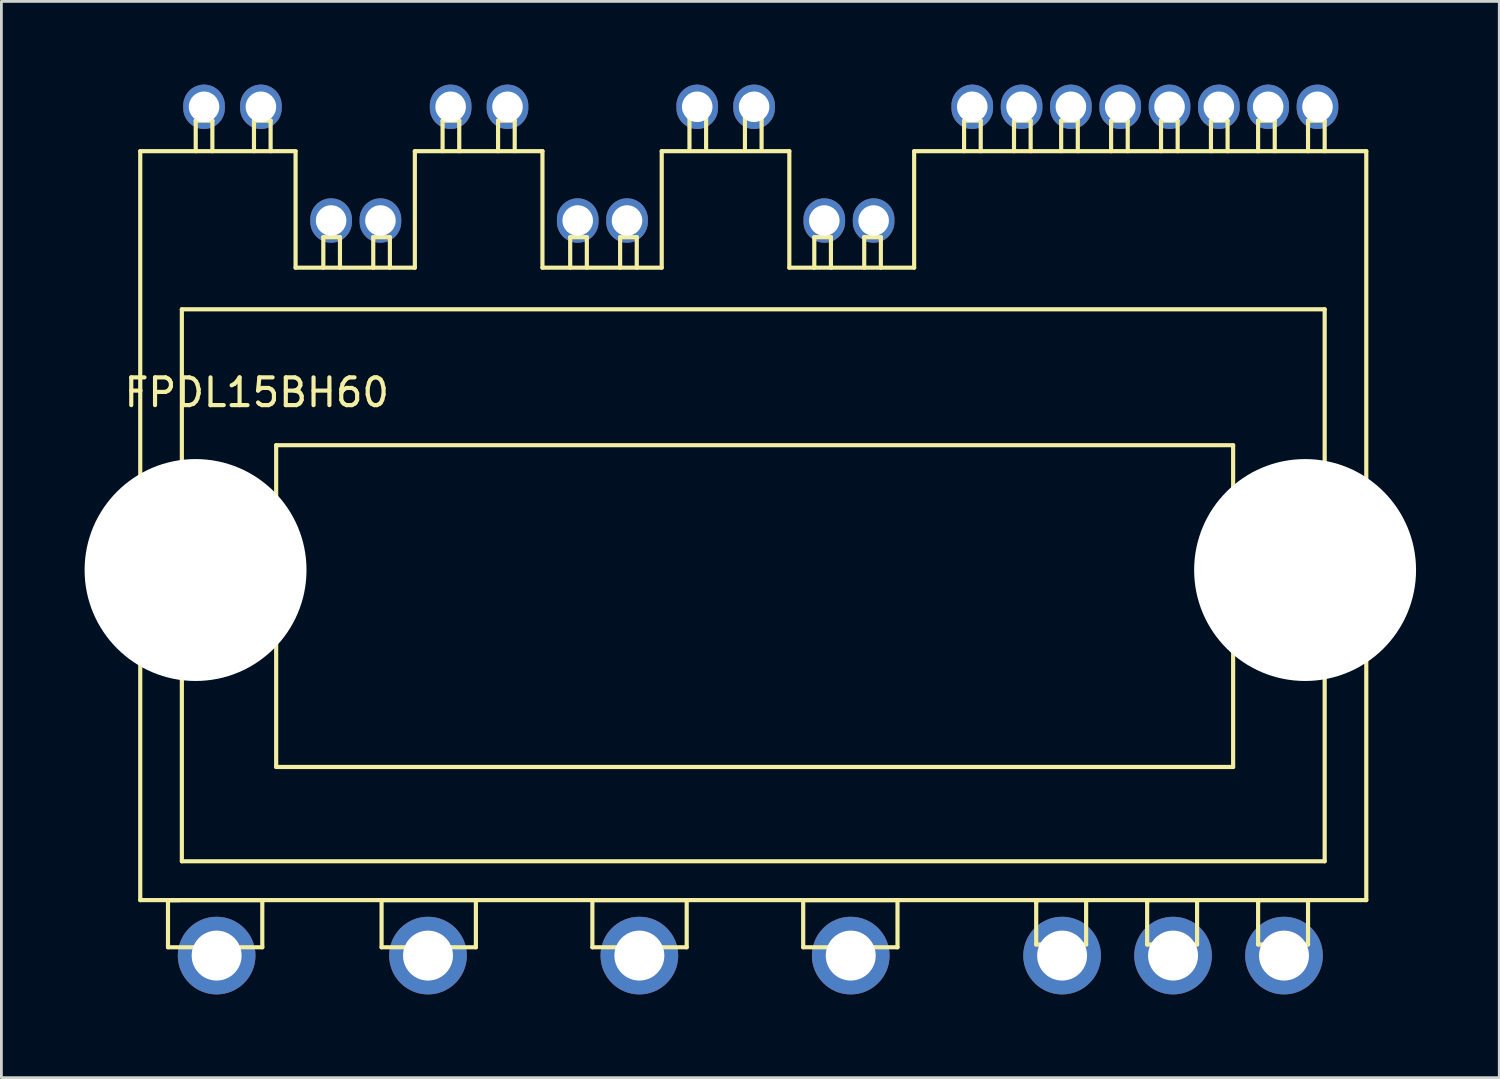
<source format=kicad_pcb>
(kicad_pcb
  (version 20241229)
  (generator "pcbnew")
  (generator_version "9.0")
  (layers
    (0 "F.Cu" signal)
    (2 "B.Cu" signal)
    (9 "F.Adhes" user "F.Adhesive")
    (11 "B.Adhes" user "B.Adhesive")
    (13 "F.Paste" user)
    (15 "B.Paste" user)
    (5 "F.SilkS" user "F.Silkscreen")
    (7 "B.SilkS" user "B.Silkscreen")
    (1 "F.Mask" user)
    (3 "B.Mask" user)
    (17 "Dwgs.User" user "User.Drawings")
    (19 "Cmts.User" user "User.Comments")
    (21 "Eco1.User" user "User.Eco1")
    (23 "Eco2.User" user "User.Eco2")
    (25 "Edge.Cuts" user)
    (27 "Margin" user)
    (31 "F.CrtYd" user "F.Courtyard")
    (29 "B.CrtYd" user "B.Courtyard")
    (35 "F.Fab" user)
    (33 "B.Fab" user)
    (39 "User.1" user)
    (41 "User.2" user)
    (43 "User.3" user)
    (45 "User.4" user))
  (footprint "FPDL15BH60"
    (layer "F.Cu")
    (at 4.306 0.8)
    (property "Reference" "FPDL15BH60" (at 1.9 10.3 0) (layer "F.SilkS") (effects (font (size 1 1) (thickness 0.15))))
    (attr through_hole)
    (fp_line (start -2.3 1.6) (end 3.3 1.6) (stroke (width 0.15) (type solid)) (layer "F.SilkS"))
    (fp_line (start -2.3 28.6) (end -2.3 1.6) (stroke (width 0.15) (type solid)) (layer "F.SilkS"))
    (fp_line (start -1.3 28.6) (end 2.1 28.6) (stroke (width 0.15) (type solid)) (layer "F.SilkS"))
    (fp_line (start -1.3 30.3) (end -1.3 28.6) (stroke (width 0.15) (type solid)) (layer "F.SilkS"))
    (fp_line (start -0.9 28.6) (end -2.3 28.6) (stroke (width 0.15) (type solid)) (layer "F.SilkS"))
    (fp_line (start -0.8 7.3) (end 40.4 7.3) (stroke (width 0.15) (type solid)) (layer "F.SilkS"))
    (fp_line (start -0.8 27.2) (end -0.8 7.3) (stroke (width 0.15) (type solid)) (layer "F.SilkS"))
    (fp_line (start -0.3 0.5) (end 0.3 0.5) (stroke (width 0.15) (type solid)) (layer "F.SilkS"))
    (fp_line (start -0.3 1.6) (end -0.3 0.5) (stroke (width 0.15) (type solid)) (layer "F.SilkS"))
    (fp_line (start 0.3 0.5) (end 0.3 1.6) (stroke (width 0.15) (type solid)) (layer "F.SilkS"))
    (fp_line (start 1.8 0.5) (end 2.4 0.5) (stroke (width 0.15) (type solid)) (layer "F.SilkS"))
    (fp_line (start 1.8 1.6) (end 1.8 0.5) (stroke (width 0.15) (type solid)) (layer "F.SilkS"))
    (fp_line (start 2.1 28.6) (end 2.1 30.3) (stroke (width 0.15) (type solid)) (layer "F.SilkS"))
    (fp_line (start 2.1 30.3) (end -1.3 30.3) (stroke (width 0.15) (type solid)) (layer "F.SilkS"))
    (fp_line (start 2.4 0.5) (end 2.4 1.6) (stroke (width 0.15) (type solid)) (layer "F.SilkS"))
    (fp_line (start 2.6 12.2) (end 37.1 12.2) (stroke (width 0.15) (type solid)) (layer "F.SilkS"))
    (fp_line (start 2.6 23.8) (end 2.6 12.2) (stroke (width 0.15) (type solid)) (layer "F.SilkS"))
    (fp_line (start 3.3 5.8) (end 3.3 1.6) (stroke (width 0.15) (type solid)) (layer "F.SilkS"))
    (fp_line (start 3.3 5.8) (end 7.6 5.8) (stroke (width 0.15) (type solid)) (layer "F.SilkS"))
    (fp_line (start 4.3 4.7) (end 4.9 4.7) (stroke (width 0.15) (type solid)) (layer "F.SilkS"))
    (fp_line (start 4.3 5.8) (end 4.3 4.7) (stroke (width 0.15) (type solid)) (layer "F.SilkS"))
    (fp_line (start 4.9 4.7) (end 4.9 5.8) (stroke (width 0.15) (type solid)) (layer "F.SilkS"))
    (fp_line (start 6.1 4.7) (end 6.7 4.7) (stroke (width 0.15) (type solid)) (layer "F.SilkS"))
    (fp_line (start 6.1 5.8) (end 6.1 4.7) (stroke (width 0.15) (type solid)) (layer "F.SilkS"))
    (fp_line (start 6.4 28.6) (end 9.8 28.6) (stroke (width 0.15) (type solid)) (layer "F.SilkS"))
    (fp_line (start 6.4 30.3) (end 6.4 28.6) (stroke (width 0.15) (type solid)) (layer "F.SilkS"))
    (fp_line (start 6.7 4.7) (end 6.7 5.8) (stroke (width 0.15) (type solid)) (layer "F.SilkS"))
    (fp_line (start 7.6 1.6) (end 12.2 1.6) (stroke (width 0.15) (type solid)) (layer "F.SilkS"))
    (fp_line (start 7.6 5.8) (end 7.6 1.6) (stroke (width 0.15) (type solid)) (layer "F.SilkS"))
    (fp_line (start 8.6 0.5) (end 9.2 0.5) (stroke (width 0.15) (type solid)) (layer "F.SilkS"))
    (fp_line (start 8.6 1.6) (end 8.6 0.5) (stroke (width 0.15) (type solid)) (layer "F.SilkS"))
    (fp_line (start 9.2 0.5) (end 9.2 1.6) (stroke (width 0.15) (type solid)) (layer "F.SilkS"))
    (fp_line (start 9.8 28.6) (end 9.8 30.3) (stroke (width 0.15) (type solid)) (layer "F.SilkS"))
    (fp_line (start 9.8 30.3) (end 6.4 30.3) (stroke (width 0.15) (type solid)) (layer "F.SilkS"))
    (fp_line (start 10.6 0.5) (end 11.2 0.5) (stroke (width 0.15) (type solid)) (layer "F.SilkS"))
    (fp_line (start 10.6 1.6) (end 10.6 0.5) (stroke (width 0.15) (type solid)) (layer "F.SilkS"))
    (fp_line (start 11.2 0.5) (end 11.2 1.6) (stroke (width 0.15) (type solid)) (layer "F.SilkS"))
    (fp_line (start 12.2 1.6) (end 12.2 5.8) (stroke (width 0.15) (type solid)) (layer "F.SilkS"))
    (fp_line (start 12.2 5.8) (end 16.5 5.8) (stroke (width 0.15) (type solid)) (layer "F.SilkS"))
    (fp_line (start 13.2 4.7) (end 13.8 4.7) (stroke (width 0.15) (type solid)) (layer "F.SilkS"))
    (fp_line (start 13.2 5.8) (end 13.2 4.7) (stroke (width 0.15) (type solid)) (layer "F.SilkS"))
    (fp_line (start 13.8 4.7) (end 13.8 5.8) (stroke (width 0.15) (type solid)) (layer "F.SilkS"))
    (fp_line (start 14 28.6) (end 17.4 28.6) (stroke (width 0.15) (type solid)) (layer "F.SilkS"))
    (fp_line (start 14 30.3) (end 14 28.6) (stroke (width 0.15) (type solid)) (layer "F.SilkS"))
    (fp_line (start 15 4.7) (end 15.6 4.7) (stroke (width 0.15) (type solid)) (layer "F.SilkS"))
    (fp_line (start 15 5.8) (end 15 4.7) (stroke (width 0.15) (type solid)) (layer "F.SilkS"))
    (fp_line (start 15.6 4.7) (end 15.6 5.8) (stroke (width 0.15) (type solid)) (layer "F.SilkS"))
    (fp_line (start 16.5 1.6) (end 21.1 1.6) (stroke (width 0.15) (type solid)) (layer "F.SilkS"))
    (fp_line (start 16.5 5.8) (end 16.5 1.6) (stroke (width 0.15) (type solid)) (layer "F.SilkS"))
    (fp_line (start 17.4 28.6) (end 17.4 30.3) (stroke (width 0.15) (type solid)) (layer "F.SilkS"))
    (fp_line (start 17.4 30.3) (end 14 30.3) (stroke (width 0.15) (type solid)) (layer "F.SilkS"))
    (fp_line (start 17.5 0.4) (end 18.1 0.4) (stroke (width 0.15) (type solid)) (layer "F.SilkS"))
    (fp_line (start 17.5 1.5) (end 17.5 0.4) (stroke (width 0.15) (type solid)) (layer "F.SilkS"))
    (fp_line (start 18.1 0.4) (end 18.1 1.5) (stroke (width 0.15) (type solid)) (layer "F.SilkS"))
    (fp_line (start 19.5 0.4) (end 20.1 0.4) (stroke (width 0.15) (type solid)) (layer "F.SilkS"))
    (fp_line (start 19.5 1.5) (end 19.5 0.4) (stroke (width 0.15) (type solid)) (layer "F.SilkS"))
    (fp_line (start 20.1 0.4) (end 20.1 1.5) (stroke (width 0.15) (type solid)) (layer "F.SilkS"))
    (fp_line (start 21.1 1.6) (end 21.1 5.8) (stroke (width 0.15) (type solid)) (layer "F.SilkS"))
    (fp_line (start 21.1 5.8) (end 25.6 5.8) (stroke (width 0.15) (type solid)) (layer "F.SilkS"))
    (fp_line (start 21.6 28.6) (end 25 28.6) (stroke (width 0.15) (type solid)) (layer "F.SilkS"))
    (fp_line (start 21.6 30.3) (end 21.6 28.6) (stroke (width 0.15) (type solid)) (layer "F.SilkS"))
    (fp_line (start 22 4.7) (end 22.6 4.7) (stroke (width 0.15) (type solid)) (layer "F.SilkS"))
    (fp_line (start 22 5.8) (end 22 4.7) (stroke (width 0.15) (type solid)) (layer "F.SilkS"))
    (fp_line (start 22.6 4.7) (end 22.6 5.8) (stroke (width 0.15) (type solid)) (layer "F.SilkS"))
    (fp_line (start 23.8 4.7) (end 24.4 4.7) (stroke (width 0.15) (type solid)) (layer "F.SilkS"))
    (fp_line (start 23.8 5.8) (end 23.8 4.7) (stroke (width 0.15) (type solid)) (layer "F.SilkS"))
    (fp_line (start 24.4 4.7) (end 24.4 5.8) (stroke (width 0.15) (type solid)) (layer "F.SilkS"))
    (fp_line (start 25 28.6) (end 25 30.3) (stroke (width 0.15) (type solid)) (layer "F.SilkS"))
    (fp_line (start 25 30.3) (end 21.6 30.3) (stroke (width 0.15) (type solid)) (layer "F.SilkS"))
    (fp_line (start 25.6 1.6) (end 41.9 1.6) (stroke (width 0.15) (type solid)) (layer "F.SilkS"))
    (fp_line (start 25.6 5.8) (end 25.6 1.6) (stroke (width 0.15) (type solid)) (layer "F.SilkS"))
    (fp_line (start 27.4 0.5) (end 28 0.5) (stroke (width 0.15) (type solid)) (layer "F.SilkS"))
    (fp_line (start 27.4 1.6) (end 27.4 0.5) (stroke (width 0.15) (type solid)) (layer "F.SilkS"))
    (fp_line (start 28 0.5) (end 28 1.6) (stroke (width 0.15) (type solid)) (layer "F.SilkS"))
    (fp_line (start 29.2 0.5) (end 29.8 0.5) (stroke (width 0.15) (type solid)) (layer "F.SilkS"))
    (fp_line (start 29.2 1.6) (end 29.2 0.5) (stroke (width 0.15) (type solid)) (layer "F.SilkS"))
    (fp_line (start 29.8 0.5) (end 29.8 1.6) (stroke (width 0.15) (type solid)) (layer "F.SilkS"))
    (fp_line (start 30 28.6) (end 31.8 28.6) (stroke (width 0.15) (type solid)) (layer "F.SilkS"))
    (fp_line (start 30 28.7) (end 30 28.6) (stroke (width 0.15) (type solid)) (layer "F.SilkS"))
    (fp_line (start 30 30.2) (end 30 28.7) (stroke (width 0.15) (type solid)) (layer "F.SilkS"))
    (fp_line (start 30.9 0.5) (end 31.5 0.5) (stroke (width 0.15) (type solid)) (layer "F.SilkS"))
    (fp_line (start 30.9 1.6) (end 30.9 0.5) (stroke (width 0.15) (type solid)) (layer "F.SilkS"))
    (fp_line (start 31.5 0.5) (end 31.5 1.6) (stroke (width 0.15) (type solid)) (layer "F.SilkS"))
    (fp_line (start 31.8 28.6) (end 31.8 30.2) (stroke (width 0.15) (type solid)) (layer "F.SilkS"))
    (fp_line (start 31.8 30.2) (end 30 30.2) (stroke (width 0.15) (type solid)) (layer "F.SilkS"))
    (fp_line (start 32.7 0.5) (end 33.3 0.5) (stroke (width 0.15) (type solid)) (layer "F.SilkS"))
    (fp_line (start 32.7 1.6) (end 32.7 0.5) (stroke (width 0.15) (type solid)) (layer "F.SilkS"))
    (fp_line (start 33.3 0.5) (end 33.3 1.6) (stroke (width 0.15) (type solid)) (layer "F.SilkS"))
    (fp_line (start 34 28.6) (end 35.8 28.6) (stroke (width 0.15) (type solid)) (layer "F.SilkS"))
    (fp_line (start 34 28.7) (end 34 28.6) (stroke (width 0.15) (type solid)) (layer "F.SilkS"))
    (fp_line (start 34 30.2) (end 34 28.7) (stroke (width 0.15) (type solid)) (layer "F.SilkS"))
    (fp_line (start 34.5 0.5) (end 35.1 0.5) (stroke (width 0.15) (type solid)) (layer "F.SilkS"))
    (fp_line (start 34.5 1.6) (end 34.5 0.5) (stroke (width 0.15) (type solid)) (layer "F.SilkS"))
    (fp_line (start 35.1 0.5) (end 35.1 1.6) (stroke (width 0.15) (type solid)) (layer "F.SilkS"))
    (fp_line (start 35.8 28.6) (end 35.8 30.2) (stroke (width 0.15) (type solid)) (layer "F.SilkS"))
    (fp_line (start 35.8 30.2) (end 34 30.2) (stroke (width 0.15) (type solid)) (layer "F.SilkS"))
    (fp_line (start 36.3 0.5) (end 36.9 0.5) (stroke (width 0.15) (type solid)) (layer "F.SilkS"))
    (fp_line (start 36.3 1.6) (end 36.3 0.5) (stroke (width 0.15) (type solid)) (layer "F.SilkS"))
    (fp_line (start 36.9 0.5) (end 36.9 1.6) (stroke (width 0.15) (type solid)) (layer "F.SilkS"))
    (fp_line (start 37.1 12.2) (end 37.1 23.8) (stroke (width 0.15) (type solid)) (layer "F.SilkS"))
    (fp_line (start 37.1 23.8) (end 2.6 23.8) (stroke (width 0.15) (type solid)) (layer "F.SilkS"))
    (fp_line (start 38 0.5) (end 38.6 0.5) (stroke (width 0.15) (type solid)) (layer "F.SilkS"))
    (fp_line (start 38 1.6) (end 38 0.5) (stroke (width 0.15) (type solid)) (layer "F.SilkS"))
    (fp_line (start 38 28.6) (end 39.8 28.6) (stroke (width 0.15) (type solid)) (layer "F.SilkS"))
    (fp_line (start 38 28.7) (end 38 28.6) (stroke (width 0.15) (type solid)) (layer "F.SilkS"))
    (fp_line (start 38 30.2) (end 38 28.7) (stroke (width 0.15) (type solid)) (layer "F.SilkS"))
    (fp_line (start 38.6 0.5) (end 38.6 1.6) (stroke (width 0.15) (type solid)) (layer "F.SilkS"))
    (fp_line (start 39.8 0.5) (end 40.4 0.5) (stroke (width 0.15) (type solid)) (layer "F.SilkS"))
    (fp_line (start 39.8 1.6) (end 39.8 0.5) (stroke (width 0.15) (type solid)) (layer "F.SilkS"))
    (fp_line (start 39.8 28.6) (end 39.8 30.2) (stroke (width 0.15) (type solid)) (layer "F.SilkS"))
    (fp_line (start 39.8 30.2) (end 38 30.2) (stroke (width 0.15) (type solid)) (layer "F.SilkS"))
    (fp_line (start 40.4 0.5) (end 40.4 1.6) (stroke (width 0.15) (type solid)) (layer "F.SilkS"))
    (fp_line (start 40.4 7.3) (end 40.4 27.2) (stroke (width 0.15) (type solid)) (layer "F.SilkS"))
    (fp_line (start 40.4 27.2) (end -0.8 27.2) (stroke (width 0.15) (type solid)) (layer "F.SilkS"))
    (fp_line (start 41.9 1.6) (end 41.9 28.6) (stroke (width 0.15) (type solid)) (layer "F.SilkS"))
    (fp_line (start 41.9 28.6) (end -1.2 28.6) (stroke (width 0.15) (type solid)) (layer "F.SilkS"))
    (pad "" np_thru_hole circle (at -0.306 16.7) (size 8 8) (drill 8) (layers "*.Cu"))
    (pad "" np_thru_hole circle (at 39.694 16.7) (size 8 8) (drill 8) (layers "*.Cu"))
    (pad "1" thru_hole oval (at 40.141 0) (size 1.5 1.6) (drill 1.1) (layers "*.Cu" "*.Mask"))
    (pad "2" thru_hole oval (at 38.363 0) (size 1.5 1.6) (drill 1.1) (layers "*.Cu" "*.Mask"))
    (pad "3" thru_hole oval (at 36.585 0) (size 1.5 1.6) (drill 1.1) (layers "*.Cu" "*.Mask"))
    (pad "4" thru_hole oval (at 34.807 0) (size 1.5 1.6) (drill 1.1) (layers "*.Cu" "*.Mask"))
    (pad "5" thru_hole oval (at 33.029 0) (size 1.5 1.6) (drill 1.1) (layers "*.Cu" "*.Mask"))
    (pad "6" thru_hole oval (at 31.251 0) (size 1.5 1.6) (drill 1.1) (layers "*.Cu" "*.Mask"))
    (pad "7" thru_hole oval (at 29.473 0) (size 1.5 1.6) (drill 1.1) (layers "*.Cu" "*.Mask"))
    (pad "8" thru_hole oval (at 27.695 0) (size 1.5 1.6) (drill 1.1) (layers "*.Cu" "*.Mask"))
    (pad "9" thru_hole oval (at 24.139 4.1) (size 1.5 1.6) (drill 1.1) (layers "*.Cu" "*.Mask"))
    (pad "10" thru_hole oval (at 22.361 4.1) (size 1.5 1.6) (drill 1.1) (layers "*.Cu" "*.Mask"))
    (pad "11" thru_hole oval (at 19.83 0) (size 1.5 1.6) (drill 1.1) (layers "*.Cu" "*.Mask"))
    (pad "12" thru_hole oval (at 17.78 0) (size 1.5 1.6) (drill 1.1) (layers "*.Cu" "*.Mask"))
    (pad "13" thru_hole oval (at 15.249 4.1) (size 1.5 1.6) (drill 1.1) (layers "*.Cu" "*.Mask"))
    (pad "14" thru_hole oval (at 13.471 4.1) (size 1.5 1.6) (drill 1.1) (layers "*.Cu" "*.Mask"))
    (pad "15" thru_hole oval (at 10.94 0) (size 1.5 1.6) (drill 1.1) (layers "*.Cu" "*.Mask"))
    (pad "16" thru_hole oval (at 8.89 0) (size 1.5 1.6) (drill 1.1) (layers "*.Cu" "*.Mask"))
    (pad "17" thru_hole oval (at 6.359 4.1) (size 1.5 1.6) (drill 1.1) (layers "*.Cu" "*.Mask"))
    (pad "18" thru_hole oval (at 4.581 4.1) (size 1.5 1.6) (drill 1.1) (layers "*.Cu" "*.Mask"))
    (pad "19" thru_hole oval (at 2.05 0) (size 1.5 1.6) (drill 1.1) (layers "*.Cu" "*.Mask"))
    (pad "20" thru_hole oval (at 0 0) (size 1.5 1.6) (drill 1.1) (layers "*.Cu" "*.Mask"))
    (pad "21" thru_hole circle (at 38.934 30.6) (size 2.8 2.8) (drill 1.8) (layers "*.Cu" "*.Mask"))
    (pad "22" thru_hole circle (at 34.934 30.6) (size 2.8 2.8) (drill 1.8) (layers "*.Cu" "*.Mask"))
    (pad "23" thru_hole circle (at 30.934 30.6) (size 2.8 2.8) (drill 1.8) (layers "*.Cu" "*.Mask"))
    (pad "24" thru_hole circle (at 23.314 30.6) (size 2.8 2.8) (drill 1.8) (layers "*.Cu" "*.Mask"))
    (pad "25" thru_hole circle (at 15.694 30.6) (size 2.8 2.8) (drill 1.8) (layers "*.Cu" "*.Mask"))
    (pad "26" thru_hole circle (at 8.074 30.6) (size 2.8 2.8) (drill 1.8) (layers "*.Cu" "*.Mask"))
    (pad "27" thru_hole circle (at 0.454 30.6) (size 2.8 2.8) (drill 1.8) (layers "*.Cu" "*.Mask")))
  (gr_rect
    (start -3 -3)
    (end 51 35.8)
    (stroke (width 0.1) (type default))
    (fill no)
    (layer "Edge.Cuts")))
</source>
